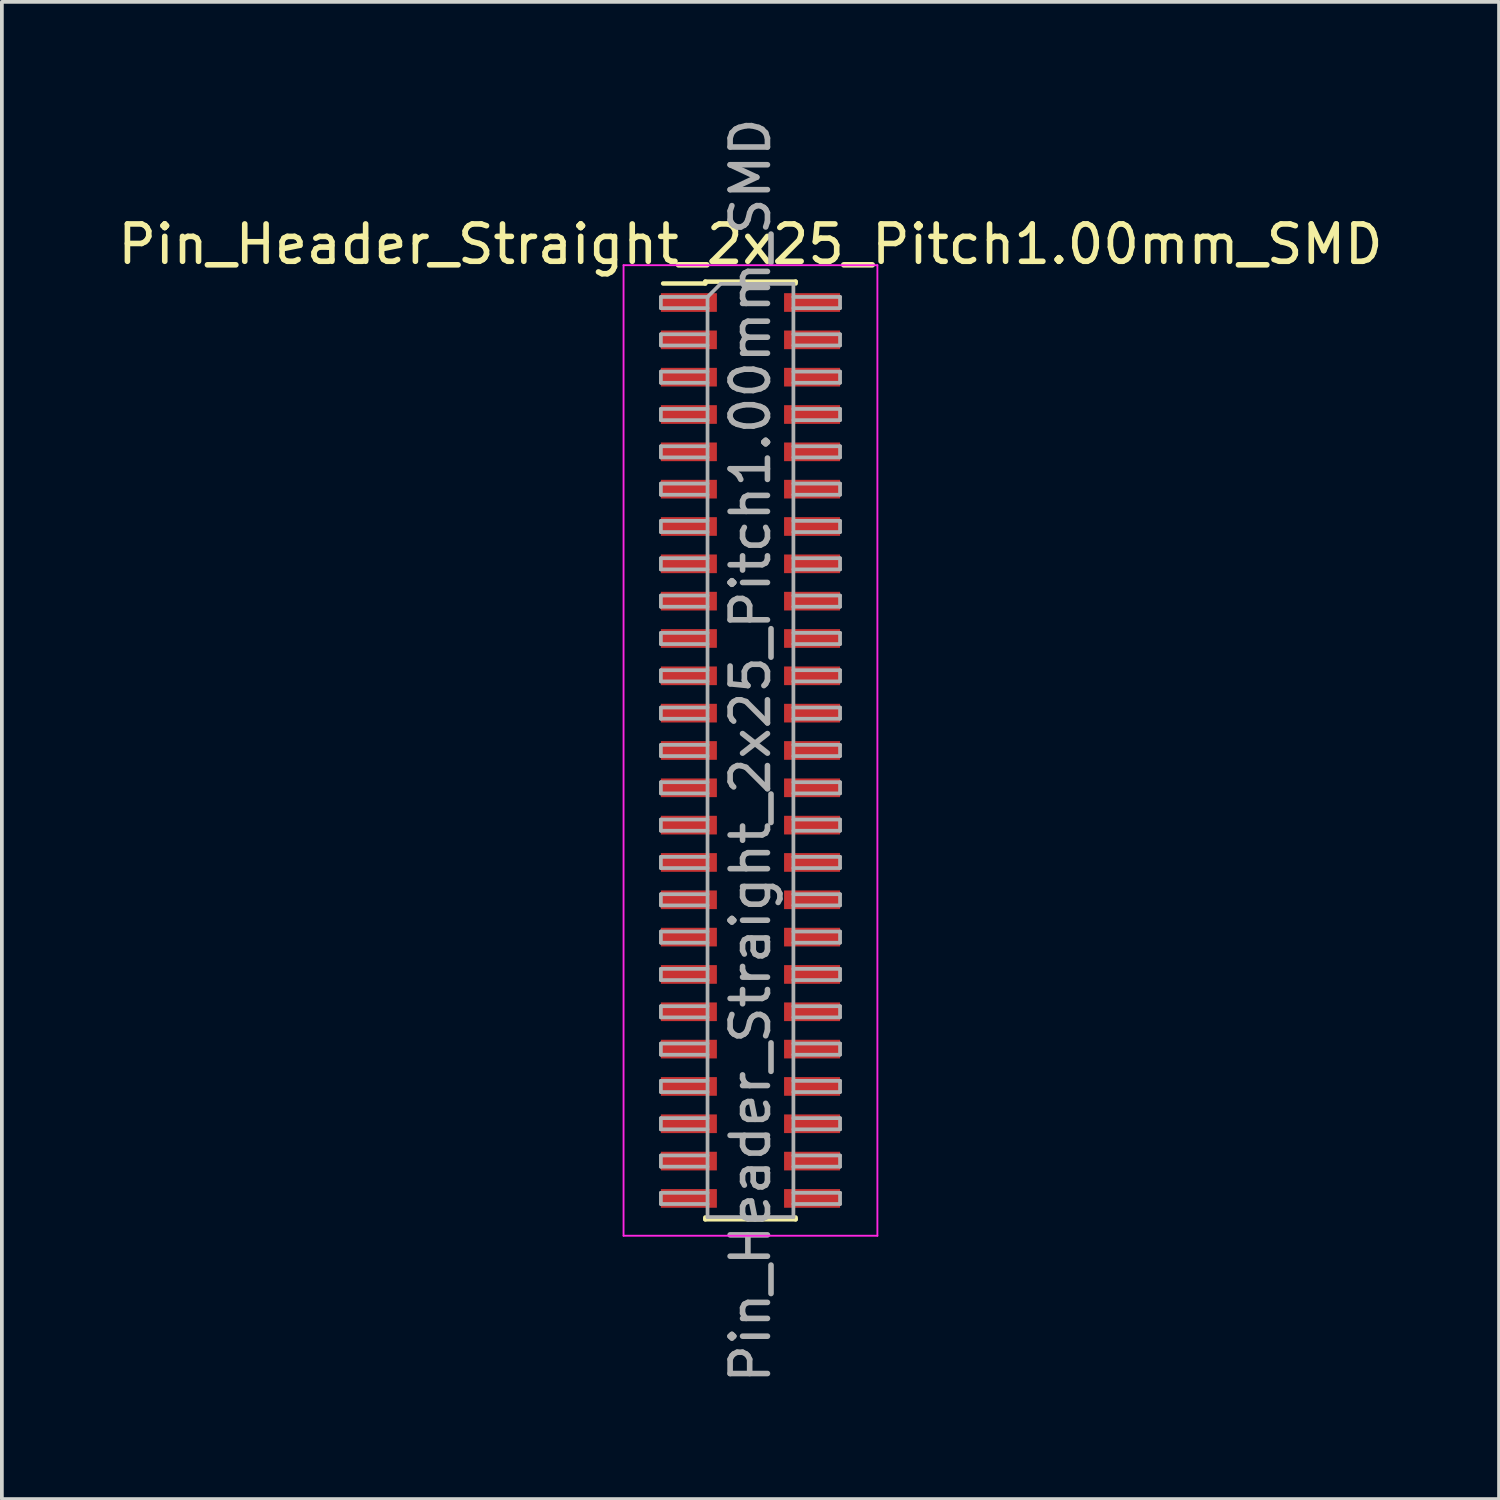
<source format=kicad_pcb>
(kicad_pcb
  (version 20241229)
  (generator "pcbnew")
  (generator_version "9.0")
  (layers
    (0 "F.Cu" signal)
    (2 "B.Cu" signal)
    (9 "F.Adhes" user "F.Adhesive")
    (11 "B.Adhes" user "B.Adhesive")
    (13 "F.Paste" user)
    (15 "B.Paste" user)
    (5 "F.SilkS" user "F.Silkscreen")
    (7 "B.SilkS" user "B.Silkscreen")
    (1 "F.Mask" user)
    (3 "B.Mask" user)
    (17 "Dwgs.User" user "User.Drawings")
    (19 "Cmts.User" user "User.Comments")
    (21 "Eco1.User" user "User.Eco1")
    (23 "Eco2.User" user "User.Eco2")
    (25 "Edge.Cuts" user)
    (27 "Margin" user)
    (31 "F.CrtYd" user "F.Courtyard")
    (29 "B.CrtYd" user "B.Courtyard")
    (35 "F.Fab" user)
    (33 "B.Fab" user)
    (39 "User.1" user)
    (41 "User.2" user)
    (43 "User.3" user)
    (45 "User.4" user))
  (footprint "Pin_Header_Straight_2x25_Pitch1.00mm_SMD"
    (layer "F.Cu")
    (at 17.054 17.054)
    (property "Reference" "Pin_Header_Straight_2x25_Pitch1.00mm_SMD" (at 0 -13.56 0) (layer "F.SilkS") (effects (font (size 1 1) (thickness 0.15))))
    (attr smd)
    (fp_line (start -2.34 -12.51) (end -1.21 -12.51) (stroke (width 0.12) (type solid)) (layer "F.SilkS"))
    (fp_line (start -1.21 -12.56) (end -1.21 -12.51) (stroke (width 0.12) (type solid)) (layer "F.SilkS"))
    (fp_line (start -1.21 -12.56) (end 1.21 -12.56) (stroke (width 0.12) (type solid)) (layer "F.SilkS"))
    (fp_line (start -1.21 12.51) (end -1.21 12.56) (stroke (width 0.12) (type solid)) (layer "F.SilkS"))
    (fp_line (start -1.21 12.56) (end 1.21 12.56) (stroke (width 0.12) (type solid)) (layer "F.SilkS"))
    (fp_line (start 1.21 -12.56) (end 1.21 -12.51) (stroke (width 0.12) (type solid)) (layer "F.SilkS"))
    (fp_line (start 1.21 12.51) (end 1.21 12.56) (stroke (width 0.12) (type solid)) (layer "F.SilkS"))
    (fp_line (start -3.4 -13) (end -3.4 13) (stroke (width 0.05) (type solid)) (layer "F.CrtYd"))
    (fp_line (start -3.4 13) (end 3.4 13) (stroke (width 0.05) (type solid)) (layer "F.CrtYd"))
    (fp_line (start 3.4 -13) (end -3.4 -13) (stroke (width 0.05) (type solid)) (layer "F.CrtYd"))
    (fp_line (start 3.4 13) (end 3.4 -13) (stroke (width 0.05) (type solid)) (layer "F.CrtYd"))
    (fp_line (start -2.4 -12.15) (end -2.4 -11.85) (stroke (width 0.1) (type solid)) (layer "F.Fab"))
    (fp_line (start -2.4 -11.85) (end -1.15 -11.85) (stroke (width 0.1) (type solid)) (layer "F.Fab"))
    (fp_line (start -2.4 -11.15) (end -2.4 -10.85) (stroke (width 0.1) (type solid)) (layer "F.Fab"))
    (fp_line (start -2.4 -10.85) (end -1.15 -10.85) (stroke (width 0.1) (type solid)) (layer "F.Fab"))
    (fp_line (start -2.4 -10.15) (end -2.4 -9.85) (stroke (width 0.1) (type solid)) (layer "F.Fab"))
    (fp_line (start -2.4 -9.85) (end -1.15 -9.85) (stroke (width 0.1) (type solid)) (layer "F.Fab"))
    (fp_line (start -2.4 -9.15) (end -2.4 -8.85) (stroke (width 0.1) (type solid)) (layer "F.Fab"))
    (fp_line (start -2.4 -8.85) (end -1.15 -8.85) (stroke (width 0.1) (type solid)) (layer "F.Fab"))
    (fp_line (start -2.4 -8.15) (end -2.4 -7.85) (stroke (width 0.1) (type solid)) (layer "F.Fab"))
    (fp_line (start -2.4 -7.85) (end -1.15 -7.85) (stroke (width 0.1) (type solid)) (layer "F.Fab"))
    (fp_line (start -2.4 -7.15) (end -2.4 -6.85) (stroke (width 0.1) (type solid)) (layer "F.Fab"))
    (fp_line (start -2.4 -6.85) (end -1.15 -6.85) (stroke (width 0.1) (type solid)) (layer "F.Fab"))
    (fp_line (start -2.4 -6.15) (end -2.4 -5.85) (stroke (width 0.1) (type solid)) (layer "F.Fab"))
    (fp_line (start -2.4 -5.85) (end -1.15 -5.85) (stroke (width 0.1) (type solid)) (layer "F.Fab"))
    (fp_line (start -2.4 -5.15) (end -2.4 -4.85) (stroke (width 0.1) (type solid)) (layer "F.Fab"))
    (fp_line (start -2.4 -4.85) (end -1.15 -4.85) (stroke (width 0.1) (type solid)) (layer "F.Fab"))
    (fp_line (start -2.4 -4.15) (end -2.4 -3.85) (stroke (width 0.1) (type solid)) (layer "F.Fab"))
    (fp_line (start -2.4 -3.85) (end -1.15 -3.85) (stroke (width 0.1) (type solid)) (layer "F.Fab"))
    (fp_line (start -2.4 -3.15) (end -2.4 -2.85) (stroke (width 0.1) (type solid)) (layer "F.Fab"))
    (fp_line (start -2.4 -2.85) (end -1.15 -2.85) (stroke (width 0.1) (type solid)) (layer "F.Fab"))
    (fp_line (start -2.4 -2.15) (end -2.4 -1.85) (stroke (width 0.1) (type solid)) (layer "F.Fab"))
    (fp_line (start -2.4 -1.85) (end -1.15 -1.85) (stroke (width 0.1) (type solid)) (layer "F.Fab"))
    (fp_line (start -2.4 -1.15) (end -2.4 -0.85) (stroke (width 0.1) (type solid)) (layer "F.Fab"))
    (fp_line (start -2.4 -0.85) (end -1.15 -0.85) (stroke (width 0.1) (type solid)) (layer "F.Fab"))
    (fp_line (start -2.4 -0.15) (end -2.4 0.15) (stroke (width 0.1) (type solid)) (layer "F.Fab"))
    (fp_line (start -2.4 0.15) (end -1.15 0.15) (stroke (width 0.1) (type solid)) (layer "F.Fab"))
    (fp_line (start -2.4 0.85) (end -2.4 1.15) (stroke (width 0.1) (type solid)) (layer "F.Fab"))
    (fp_line (start -2.4 1.15) (end -1.15 1.15) (stroke (width 0.1) (type solid)) (layer "F.Fab"))
    (fp_line (start -2.4 1.85) (end -2.4 2.15) (stroke (width 0.1) (type solid)) (layer "F.Fab"))
    (fp_line (start -2.4 2.15) (end -1.15 2.15) (stroke (width 0.1) (type solid)) (layer "F.Fab"))
    (fp_line (start -2.4 2.85) (end -2.4 3.15) (stroke (width 0.1) (type solid)) (layer "F.Fab"))
    (fp_line (start -2.4 3.15) (end -1.15 3.15) (stroke (width 0.1) (type solid)) (layer "F.Fab"))
    (fp_line (start -2.4 3.85) (end -2.4 4.15) (stroke (width 0.1) (type solid)) (layer "F.Fab"))
    (fp_line (start -2.4 4.15) (end -1.15 4.15) (stroke (width 0.1) (type solid)) (layer "F.Fab"))
    (fp_line (start -2.4 4.85) (end -2.4 5.15) (stroke (width 0.1) (type solid)) (layer "F.Fab"))
    (fp_line (start -2.4 5.15) (end -1.15 5.15) (stroke (width 0.1) (type solid)) (layer "F.Fab"))
    (fp_line (start -2.4 5.85) (end -2.4 6.15) (stroke (width 0.1) (type solid)) (layer "F.Fab"))
    (fp_line (start -2.4 6.15) (end -1.15 6.15) (stroke (width 0.1) (type solid)) (layer "F.Fab"))
    (fp_line (start -2.4 6.85) (end -2.4 7.15) (stroke (width 0.1) (type solid)) (layer "F.Fab"))
    (fp_line (start -2.4 7.15) (end -1.15 7.15) (stroke (width 0.1) (type solid)) (layer "F.Fab"))
    (fp_line (start -2.4 7.85) (end -2.4 8.15) (stroke (width 0.1) (type solid)) (layer "F.Fab"))
    (fp_line (start -2.4 8.15) (end -1.15 8.15) (stroke (width 0.1) (type solid)) (layer "F.Fab"))
    (fp_line (start -2.4 8.85) (end -2.4 9.15) (stroke (width 0.1) (type solid)) (layer "F.Fab"))
    (fp_line (start -2.4 9.15) (end -1.15 9.15) (stroke (width 0.1) (type solid)) (layer "F.Fab"))
    (fp_line (start -2.4 9.85) (end -2.4 10.15) (stroke (width 0.1) (type solid)) (layer "F.Fab"))
    (fp_line (start -2.4 10.15) (end -1.15 10.15) (stroke (width 0.1) (type solid)) (layer "F.Fab"))
    (fp_line (start -2.4 10.85) (end -2.4 11.15) (stroke (width 0.1) (type solid)) (layer "F.Fab"))
    (fp_line (start -2.4 11.15) (end -1.15 11.15) (stroke (width 0.1) (type solid)) (layer "F.Fab"))
    (fp_line (start -2.4 11.85) (end -2.4 12.15) (stroke (width 0.1) (type solid)) (layer "F.Fab"))
    (fp_line (start -2.4 12.15) (end -1.15 12.15) (stroke (width 0.1) (type solid)) (layer "F.Fab"))
    (fp_line (start -1.15 -12.15) (end -2.4 -12.15) (stroke (width 0.1) (type solid)) (layer "F.Fab"))
    (fp_line (start -1.15 -12.15) (end -0.8 -12.5) (stroke (width 0.1) (type solid)) (layer "F.Fab"))
    (fp_line (start -1.15 -11.15) (end -2.4 -11.15) (stroke (width 0.1) (type solid)) (layer "F.Fab"))
    (fp_line (start -1.15 -10.15) (end -2.4 -10.15) (stroke (width 0.1) (type solid)) (layer "F.Fab"))
    (fp_line (start -1.15 -9.15) (end -2.4 -9.15) (stroke (width 0.1) (type solid)) (layer "F.Fab"))
    (fp_line (start -1.15 -8.15) (end -2.4 -8.15) (stroke (width 0.1) (type solid)) (layer "F.Fab"))
    (fp_line (start -1.15 -7.15) (end -2.4 -7.15) (stroke (width 0.1) (type solid)) (layer "F.Fab"))
    (fp_line (start -1.15 -6.15) (end -2.4 -6.15) (stroke (width 0.1) (type solid)) (layer "F.Fab"))
    (fp_line (start -1.15 -5.15) (end -2.4 -5.15) (stroke (width 0.1) (type solid)) (layer "F.Fab"))
    (fp_line (start -1.15 -4.15) (end -2.4 -4.15) (stroke (width 0.1) (type solid)) (layer "F.Fab"))
    (fp_line (start -1.15 -3.15) (end -2.4 -3.15) (stroke (width 0.1) (type solid)) (layer "F.Fab"))
    (fp_line (start -1.15 -2.15) (end -2.4 -2.15) (stroke (width 0.1) (type solid)) (layer "F.Fab"))
    (fp_line (start -1.15 -1.15) (end -2.4 -1.15) (stroke (width 0.1) (type solid)) (layer "F.Fab"))
    (fp_line (start -1.15 -0.15) (end -2.4 -0.15) (stroke (width 0.1) (type solid)) (layer "F.Fab"))
    (fp_line (start -1.15 0.85) (end -2.4 0.85) (stroke (width 0.1) (type solid)) (layer "F.Fab"))
    (fp_line (start -1.15 1.85) (end -2.4 1.85) (stroke (width 0.1) (type solid)) (layer "F.Fab"))
    (fp_line (start -1.15 2.85) (end -2.4 2.85) (stroke (width 0.1) (type solid)) (layer "F.Fab"))
    (fp_line (start -1.15 3.85) (end -2.4 3.85) (stroke (width 0.1) (type solid)) (layer "F.Fab"))
    (fp_line (start -1.15 4.85) (end -2.4 4.85) (stroke (width 0.1) (type solid)) (layer "F.Fab"))
    (fp_line (start -1.15 5.85) (end -2.4 5.85) (stroke (width 0.1) (type solid)) (layer "F.Fab"))
    (fp_line (start -1.15 6.85) (end -2.4 6.85) (stroke (width 0.1) (type solid)) (layer "F.Fab"))
    (fp_line (start -1.15 7.85) (end -2.4 7.85) (stroke (width 0.1) (type solid)) (layer "F.Fab"))
    (fp_line (start -1.15 8.85) (end -2.4 8.85) (stroke (width 0.1) (type solid)) (layer "F.Fab"))
    (fp_line (start -1.15 9.85) (end -2.4 9.85) (stroke (width 0.1) (type solid)) (layer "F.Fab"))
    (fp_line (start -1.15 10.85) (end -2.4 10.85) (stroke (width 0.1) (type solid)) (layer "F.Fab"))
    (fp_line (start -1.15 11.85) (end -2.4 11.85) (stroke (width 0.1) (type solid)) (layer "F.Fab"))
    (fp_line (start -1.15 12.5) (end -1.15 -12.15) (stroke (width 0.1) (type solid)) (layer "F.Fab"))
    (fp_line (start -0.8 -12.5) (end 1.15 -12.5) (stroke (width 0.1) (type solid)) (layer "F.Fab"))
    (fp_line (start 1.15 -12.5) (end 1.15 12.5) (stroke (width 0.1) (type solid)) (layer "F.Fab"))
    (fp_line (start 1.15 -12.15) (end 2.4 -12.15) (stroke (width 0.1) (type solid)) (layer "F.Fab"))
    (fp_line (start 1.15 -11.15) (end 2.4 -11.15) (stroke (width 0.1) (type solid)) (layer "F.Fab"))
    (fp_line (start 1.15 -10.15) (end 2.4 -10.15) (stroke (width 0.1) (type solid)) (layer "F.Fab"))
    (fp_line (start 1.15 -9.15) (end 2.4 -9.15) (stroke (width 0.1) (type solid)) (layer "F.Fab"))
    (fp_line (start 1.15 -8.15) (end 2.4 -8.15) (stroke (width 0.1) (type solid)) (layer "F.Fab"))
    (fp_line (start 1.15 -7.15) (end 2.4 -7.15) (stroke (width 0.1) (type solid)) (layer "F.Fab"))
    (fp_line (start 1.15 -6.15) (end 2.4 -6.15) (stroke (width 0.1) (type solid)) (layer "F.Fab"))
    (fp_line (start 1.15 -5.15) (end 2.4 -5.15) (stroke (width 0.1) (type solid)) (layer "F.Fab"))
    (fp_line (start 1.15 -4.15) (end 2.4 -4.15) (stroke (width 0.1) (type solid)) (layer "F.Fab"))
    (fp_line (start 1.15 -3.15) (end 2.4 -3.15) (stroke (width 0.1) (type solid)) (layer "F.Fab"))
    (fp_line (start 1.15 -2.15) (end 2.4 -2.15) (stroke (width 0.1) (type solid)) (layer "F.Fab"))
    (fp_line (start 1.15 -1.15) (end 2.4 -1.15) (stroke (width 0.1) (type solid)) (layer "F.Fab"))
    (fp_line (start 1.15 -0.15) (end 2.4 -0.15) (stroke (width 0.1) (type solid)) (layer "F.Fab"))
    (fp_line (start 1.15 0.85) (end 2.4 0.85) (stroke (width 0.1) (type solid)) (layer "F.Fab"))
    (fp_line (start 1.15 1.85) (end 2.4 1.85) (stroke (width 0.1) (type solid)) (layer "F.Fab"))
    (fp_line (start 1.15 2.85) (end 2.4 2.85) (stroke (width 0.1) (type solid)) (layer "F.Fab"))
    (fp_line (start 1.15 3.85) (end 2.4 3.85) (stroke (width 0.1) (type solid)) (layer "F.Fab"))
    (fp_line (start 1.15 4.85) (end 2.4 4.85) (stroke (width 0.1) (type solid)) (layer "F.Fab"))
    (fp_line (start 1.15 5.85) (end 2.4 5.85) (stroke (width 0.1) (type solid)) (layer "F.Fab"))
    (fp_line (start 1.15 6.85) (end 2.4 6.85) (stroke (width 0.1) (type solid)) (layer "F.Fab"))
    (fp_line (start 1.15 7.85) (end 2.4 7.85) (stroke (width 0.1) (type solid)) (layer "F.Fab"))
    (fp_line (start 1.15 8.85) (end 2.4 8.85) (stroke (width 0.1) (type solid)) (layer "F.Fab"))
    (fp_line (start 1.15 9.85) (end 2.4 9.85) (stroke (width 0.1) (type solid)) (layer "F.Fab"))
    (fp_line (start 1.15 10.85) (end 2.4 10.85) (stroke (width 0.1) (type solid)) (layer "F.Fab"))
    (fp_line (start 1.15 11.85) (end 2.4 11.85) (stroke (width 0.1) (type solid)) (layer "F.Fab"))
    (fp_line (start 1.15 12.5) (end -1.15 12.5) (stroke (width 0.1) (type solid)) (layer "F.Fab"))
    (fp_line (start 2.4 -12.15) (end 2.4 -11.85) (stroke (width 0.1) (type solid)) (layer "F.Fab"))
    (fp_line (start 2.4 -11.85) (end 1.15 -11.85) (stroke (width 0.1) (type solid)) (layer "F.Fab"))
    (fp_line (start 2.4 -11.15) (end 2.4 -10.85) (stroke (width 0.1) (type solid)) (layer "F.Fab"))
    (fp_line (start 2.4 -10.85) (end 1.15 -10.85) (stroke (width 0.1) (type solid)) (layer "F.Fab"))
    (fp_line (start 2.4 -10.15) (end 2.4 -9.85) (stroke (width 0.1) (type solid)) (layer "F.Fab"))
    (fp_line (start 2.4 -9.85) (end 1.15 -9.85) (stroke (width 0.1) (type solid)) (layer "F.Fab"))
    (fp_line (start 2.4 -9.15) (end 2.4 -8.85) (stroke (width 0.1) (type solid)) (layer "F.Fab"))
    (fp_line (start 2.4 -8.85) (end 1.15 -8.85) (stroke (width 0.1) (type solid)) (layer "F.Fab"))
    (fp_line (start 2.4 -8.15) (end 2.4 -7.85) (stroke (width 0.1) (type solid)) (layer "F.Fab"))
    (fp_line (start 2.4 -7.85) (end 1.15 -7.85) (stroke (width 0.1) (type solid)) (layer "F.Fab"))
    (fp_line (start 2.4 -7.15) (end 2.4 -6.85) (stroke (width 0.1) (type solid)) (layer "F.Fab"))
    (fp_line (start 2.4 -6.85) (end 1.15 -6.85) (stroke (width 0.1) (type solid)) (layer "F.Fab"))
    (fp_line (start 2.4 -6.15) (end 2.4 -5.85) (stroke (width 0.1) (type solid)) (layer "F.Fab"))
    (fp_line (start 2.4 -5.85) (end 1.15 -5.85) (stroke (width 0.1) (type solid)) (layer "F.Fab"))
    (fp_line (start 2.4 -5.15) (end 2.4 -4.85) (stroke (width 0.1) (type solid)) (layer "F.Fab"))
    (fp_line (start 2.4 -4.85) (end 1.15 -4.85) (stroke (width 0.1) (type solid)) (layer "F.Fab"))
    (fp_line (start 2.4 -4.15) (end 2.4 -3.85) (stroke (width 0.1) (type solid)) (layer "F.Fab"))
    (fp_line (start 2.4 -3.85) (end 1.15 -3.85) (stroke (width 0.1) (type solid)) (layer "F.Fab"))
    (fp_line (start 2.4 -3.15) (end 2.4 -2.85) (stroke (width 0.1) (type solid)) (layer "F.Fab"))
    (fp_line (start 2.4 -2.85) (end 1.15 -2.85) (stroke (width 0.1) (type solid)) (layer "F.Fab"))
    (fp_line (start 2.4 -2.15) (end 2.4 -1.85) (stroke (width 0.1) (type solid)) (layer "F.Fab"))
    (fp_line (start 2.4 -1.85) (end 1.15 -1.85) (stroke (width 0.1) (type solid)) (layer "F.Fab"))
    (fp_line (start 2.4 -1.15) (end 2.4 -0.85) (stroke (width 0.1) (type solid)) (layer "F.Fab"))
    (fp_line (start 2.4 -0.85) (end 1.15 -0.85) (stroke (width 0.1) (type solid)) (layer "F.Fab"))
    (fp_line (start 2.4 -0.15) (end 2.4 0.15) (stroke (width 0.1) (type solid)) (layer "F.Fab"))
    (fp_line (start 2.4 0.15) (end 1.15 0.15) (stroke (width 0.1) (type solid)) (layer "F.Fab"))
    (fp_line (start 2.4 0.85) (end 2.4 1.15) (stroke (width 0.1) (type solid)) (layer "F.Fab"))
    (fp_line (start 2.4 1.15) (end 1.15 1.15) (stroke (width 0.1) (type solid)) (layer "F.Fab"))
    (fp_line (start 2.4 1.85) (end 2.4 2.15) (stroke (width 0.1) (type solid)) (layer "F.Fab"))
    (fp_line (start 2.4 2.15) (end 1.15 2.15) (stroke (width 0.1) (type solid)) (layer "F.Fab"))
    (fp_line (start 2.4 2.85) (end 2.4 3.15) (stroke (width 0.1) (type solid)) (layer "F.Fab"))
    (fp_line (start 2.4 3.15) (end 1.15 3.15) (stroke (width 0.1) (type solid)) (layer "F.Fab"))
    (fp_line (start 2.4 3.85) (end 2.4 4.15) (stroke (width 0.1) (type solid)) (layer "F.Fab"))
    (fp_line (start 2.4 4.15) (end 1.15 4.15) (stroke (width 0.1) (type solid)) (layer "F.Fab"))
    (fp_line (start 2.4 4.85) (end 2.4 5.15) (stroke (width 0.1) (type solid)) (layer "F.Fab"))
    (fp_line (start 2.4 5.15) (end 1.15 5.15) (stroke (width 0.1) (type solid)) (layer "F.Fab"))
    (fp_line (start 2.4 5.85) (end 2.4 6.15) (stroke (width 0.1) (type solid)) (layer "F.Fab"))
    (fp_line (start 2.4 6.15) (end 1.15 6.15) (stroke (width 0.1) (type solid)) (layer "F.Fab"))
    (fp_line (start 2.4 6.85) (end 2.4 7.15) (stroke (width 0.1) (type solid)) (layer "F.Fab"))
    (fp_line (start 2.4 7.15) (end 1.15 7.15) (stroke (width 0.1) (type solid)) (layer "F.Fab"))
    (fp_line (start 2.4 7.85) (end 2.4 8.15) (stroke (width 0.1) (type solid)) (layer "F.Fab"))
    (fp_line (start 2.4 8.15) (end 1.15 8.15) (stroke (width 0.1) (type solid)) (layer "F.Fab"))
    (fp_line (start 2.4 8.85) (end 2.4 9.15) (stroke (width 0.1) (type solid)) (layer "F.Fab"))
    (fp_line (start 2.4 9.15) (end 1.15 9.15) (stroke (width 0.1) (type solid)) (layer "F.Fab"))
    (fp_line (start 2.4 9.85) (end 2.4 10.15) (stroke (width 0.1) (type solid)) (layer "F.Fab"))
    (fp_line (start 2.4 10.15) (end 1.15 10.15) (stroke (width 0.1) (type solid)) (layer "F.Fab"))
    (fp_line (start 2.4 10.85) (end 2.4 11.15) (stroke (width 0.1) (type solid)) (layer "F.Fab"))
    (fp_line (start 2.4 11.15) (end 1.15 11.15) (stroke (width 0.1) (type solid)) (layer "F.Fab"))
    (fp_line (start 2.4 11.85) (end 2.4 12.15) (stroke (width 0.1) (type solid)) (layer "F.Fab"))
    (fp_line (start 2.4 12.15) (end 1.15 12.15) (stroke (width 0.1) (type solid)) (layer "F.Fab"))
    (fp_text user "${REFERENCE}" (at 0 0 90) (layer "F.Fab") (effects (font (size 1 1) (thickness 0.15))))
    (pad "1" smd rect (at -1.65 -12) (size 1.5 0.5) (layers "F.Cu" "F.Mask" "F.Paste"))
    (pad "2" smd rect (at 1.65 -12) (size 1.5 0.5) (layers "F.Cu" "F.Mask" "F.Paste"))
    (pad "3" smd rect (at -1.65 -11) (size 1.5 0.5) (layers "F.Cu" "F.Mask" "F.Paste"))
    (pad "4" smd rect (at 1.65 -11) (size 1.5 0.5) (layers "F.Cu" "F.Mask" "F.Paste"))
    (pad "5" smd rect (at -1.65 -10) (size 1.5 0.5) (layers "F.Cu" "F.Mask" "F.Paste"))
    (pad "6" smd rect (at 1.65 -10) (size 1.5 0.5) (layers "F.Cu" "F.Mask" "F.Paste"))
    (pad "7" smd rect (at -1.65 -9) (size 1.5 0.5) (layers "F.Cu" "F.Mask" "F.Paste"))
    (pad "8" smd rect (at 1.65 -9) (size 1.5 0.5) (layers "F.Cu" "F.Mask" "F.Paste"))
    (pad "9" smd rect (at -1.65 -8) (size 1.5 0.5) (layers "F.Cu" "F.Mask" "F.Paste"))
    (pad "10" smd rect (at 1.65 -8) (size 1.5 0.5) (layers "F.Cu" "F.Mask" "F.Paste"))
    (pad "11" smd rect (at -1.65 -7) (size 1.5 0.5) (layers "F.Cu" "F.Mask" "F.Paste"))
    (pad "12" smd rect (at 1.65 -7) (size 1.5 0.5) (layers "F.Cu" "F.Mask" "F.Paste"))
    (pad "13" smd rect (at -1.65 -6) (size 1.5 0.5) (layers "F.Cu" "F.Mask" "F.Paste"))
    (pad "14" smd rect (at 1.65 -6) (size 1.5 0.5) (layers "F.Cu" "F.Mask" "F.Paste"))
    (pad "15" smd rect (at -1.65 -5) (size 1.5 0.5) (layers "F.Cu" "F.Mask" "F.Paste"))
    (pad "16" smd rect (at 1.65 -5) (size 1.5 0.5) (layers "F.Cu" "F.Mask" "F.Paste"))
    (pad "17" smd rect (at -1.65 -4) (size 1.5 0.5) (layers "F.Cu" "F.Mask" "F.Paste"))
    (pad "18" smd rect (at 1.65 -4) (size 1.5 0.5) (layers "F.Cu" "F.Mask" "F.Paste"))
    (pad "19" smd rect (at -1.65 -3) (size 1.5 0.5) (layers "F.Cu" "F.Mask" "F.Paste"))
    (pad "20" smd rect (at 1.65 -3) (size 1.5 0.5) (layers "F.Cu" "F.Mask" "F.Paste"))
    (pad "21" smd rect (at -1.65 -2) (size 1.5 0.5) (layers "F.Cu" "F.Mask" "F.Paste"))
    (pad "22" smd rect (at 1.65 -2) (size 1.5 0.5) (layers "F.Cu" "F.Mask" "F.Paste"))
    (pad "23" smd rect (at -1.65 -1) (size 1.5 0.5) (layers "F.Cu" "F.Mask" "F.Paste"))
    (pad "24" smd rect (at 1.65 -1) (size 1.5 0.5) (layers "F.Cu" "F.Mask" "F.Paste"))
    (pad "25" smd rect (at -1.65 0) (size 1.5 0.5) (layers "F.Cu" "F.Mask" "F.Paste"))
    (pad "26" smd rect (at 1.65 0) (size 1.5 0.5) (layers "F.Cu" "F.Mask" "F.Paste"))
    (pad "27" smd rect (at -1.65 1) (size 1.5 0.5) (layers "F.Cu" "F.Mask" "F.Paste"))
    (pad "28" smd rect (at 1.65 1) (size 1.5 0.5) (layers "F.Cu" "F.Mask" "F.Paste"))
    (pad "29" smd rect (at -1.65 2) (size 1.5 0.5) (layers "F.Cu" "F.Mask" "F.Paste"))
    (pad "30" smd rect (at 1.65 2) (size 1.5 0.5) (layers "F.Cu" "F.Mask" "F.Paste"))
    (pad "31" smd rect (at -1.65 3) (size 1.5 0.5) (layers "F.Cu" "F.Mask" "F.Paste"))
    (pad "32" smd rect (at 1.65 3) (size 1.5 0.5) (layers "F.Cu" "F.Mask" "F.Paste"))
    (pad "33" smd rect (at -1.65 4) (size 1.5 0.5) (layers "F.Cu" "F.Mask" "F.Paste"))
    (pad "34" smd rect (at 1.65 4) (size 1.5 0.5) (layers "F.Cu" "F.Mask" "F.Paste"))
    (pad "35" smd rect (at -1.65 5) (size 1.5 0.5) (layers "F.Cu" "F.Mask" "F.Paste"))
    (pad "36" smd rect (at 1.65 5) (size 1.5 0.5) (layers "F.Cu" "F.Mask" "F.Paste"))
    (pad "37" smd rect (at -1.65 6) (size 1.5 0.5) (layers "F.Cu" "F.Mask" "F.Paste"))
    (pad "38" smd rect (at 1.65 6) (size 1.5 0.5) (layers "F.Cu" "F.Mask" "F.Paste"))
    (pad "39" smd rect (at -1.65 7) (size 1.5 0.5) (layers "F.Cu" "F.Mask" "F.Paste"))
    (pad "40" smd rect (at 1.65 7) (size 1.5 0.5) (layers "F.Cu" "F.Mask" "F.Paste"))
    (pad "41" smd rect (at -1.65 8) (size 1.5 0.5) (layers "F.Cu" "F.Mask" "F.Paste"))
    (pad "42" smd rect (at 1.65 8) (size 1.5 0.5) (layers "F.Cu" "F.Mask" "F.Paste"))
    (pad "43" smd rect (at -1.65 9) (size 1.5 0.5) (layers "F.Cu" "F.Mask" "F.Paste"))
    (pad "44" smd rect (at 1.65 9) (size 1.5 0.5) (layers "F.Cu" "F.Mask" "F.Paste"))
    (pad "45" smd rect (at -1.65 10) (size 1.5 0.5) (layers "F.Cu" "F.Mask" "F.Paste"))
    (pad "46" smd rect (at 1.65 10) (size 1.5 0.5) (layers "F.Cu" "F.Mask" "F.Paste"))
    (pad "47" smd rect (at -1.65 11) (size 1.5 0.5) (layers "F.Cu" "F.Mask" "F.Paste"))
    (pad "48" smd rect (at 1.65 11) (size 1.5 0.5) (layers "F.Cu" "F.Mask" "F.Paste"))
    (pad "49" smd rect (at -1.65 12) (size 1.5 0.5) (layers "F.Cu" "F.Mask" "F.Paste"))
    (pad "50" smd rect (at 1.65 12) (size 1.5 0.5) (layers "F.Cu" "F.Mask" "F.Paste")))
  (gr_rect
    (start -3 -3)
    (end 37.107 37.107)
    (stroke (width 0.1) (type default))
    (fill no)
    (layer "Edge.Cuts")))
</source>
